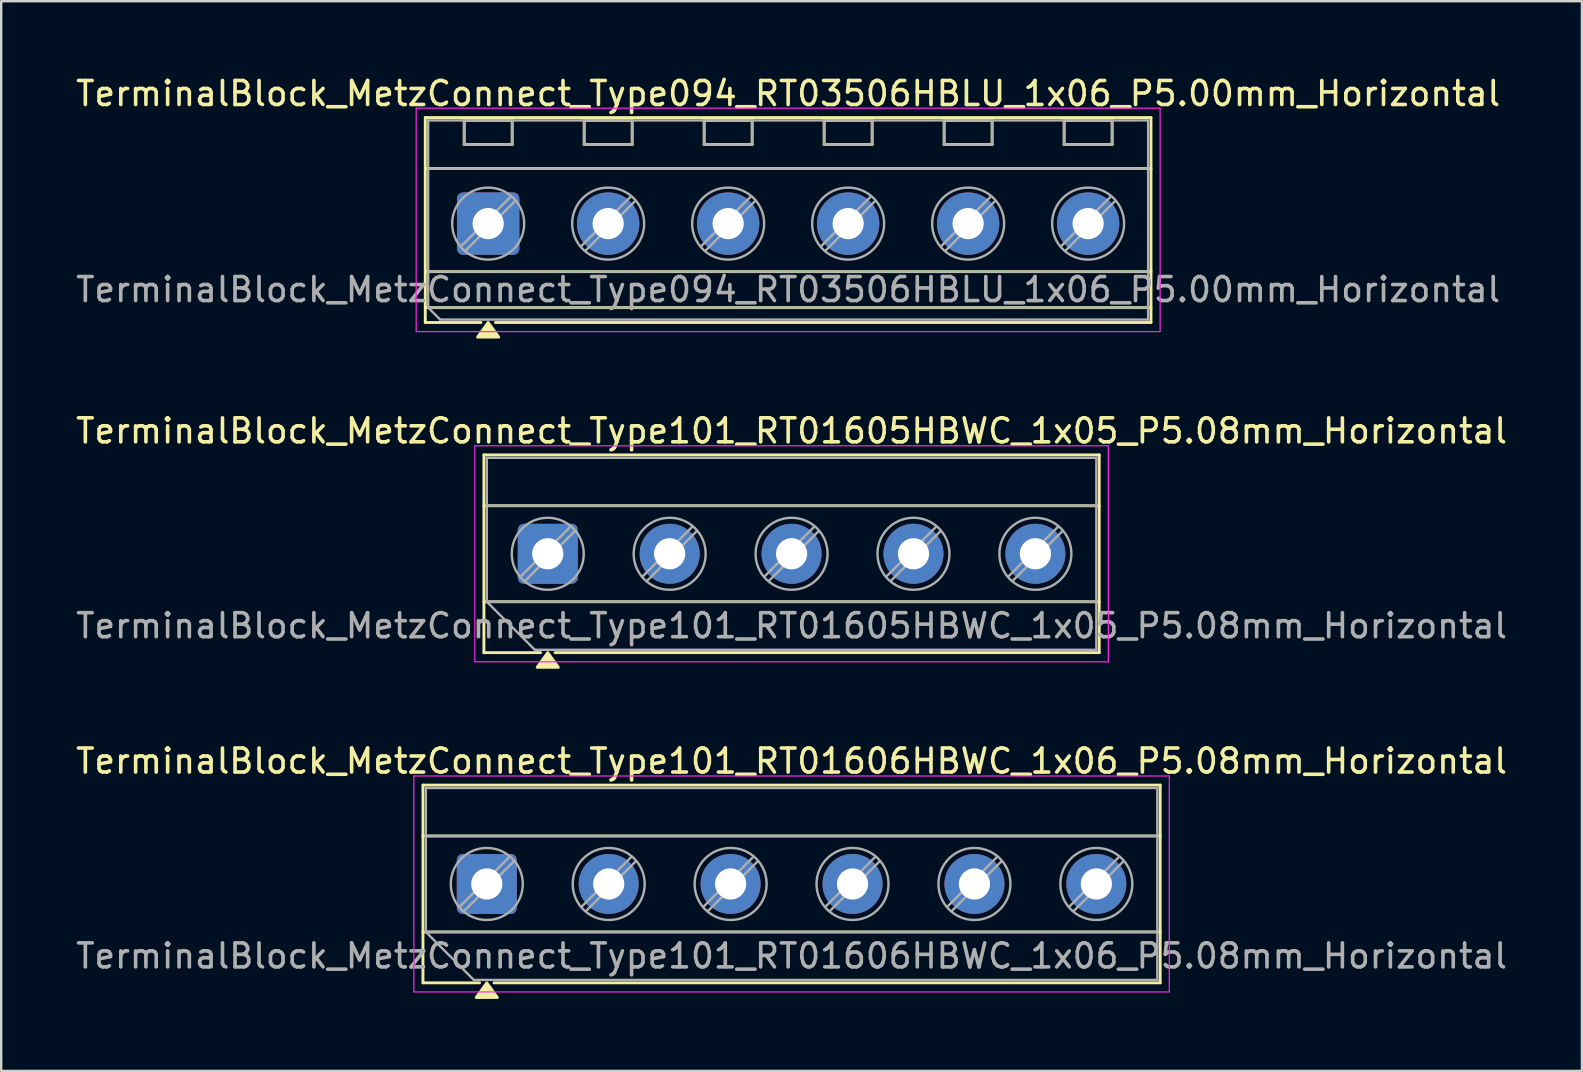
<source format=kicad_pcb>
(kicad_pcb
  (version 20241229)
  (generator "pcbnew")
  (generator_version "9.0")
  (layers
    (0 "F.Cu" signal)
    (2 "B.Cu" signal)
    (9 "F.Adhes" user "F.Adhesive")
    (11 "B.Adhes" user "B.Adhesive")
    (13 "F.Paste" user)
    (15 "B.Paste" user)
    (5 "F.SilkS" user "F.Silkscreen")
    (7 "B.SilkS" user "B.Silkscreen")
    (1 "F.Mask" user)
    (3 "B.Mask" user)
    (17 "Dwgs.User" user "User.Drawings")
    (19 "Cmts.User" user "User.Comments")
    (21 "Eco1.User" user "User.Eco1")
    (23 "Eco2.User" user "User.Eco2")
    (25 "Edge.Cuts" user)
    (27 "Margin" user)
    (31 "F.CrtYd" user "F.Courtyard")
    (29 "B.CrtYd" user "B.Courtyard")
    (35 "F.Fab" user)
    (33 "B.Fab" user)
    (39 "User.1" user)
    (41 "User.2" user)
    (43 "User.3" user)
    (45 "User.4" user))
  (footprint "TerminalBlock_MetzConnect_Type101_RT01605HBWC_1x05_P5.08mm_Horizontal"
    (layer "F.Cu")
    (at 19.775 20.026)
    (property "Reference" "TerminalBlock_MetzConnect_Type101_RT01605HBWC_1x05_P5.08mm_Horizontal" (at 10.16 -5.12 0) (layer "F.SilkS") (effects (font (size 1 1) (thickness 0.15))))
    (attr through_hole)
    (fp_line (start -2.66 -4.12) (end 22.98 -4.12) (stroke (width 0.12) (type solid)) (layer "F.SilkS"))
    (fp_line (start -2.66 -2) (end 22.98 -2) (stroke (width 0.12) (type solid)) (layer "F.SilkS"))
    (fp_line (start -2.66 2) (end 22.98 2) (stroke (width 0.12) (type solid)) (layer "F.SilkS"))
    (fp_line (start -2.66 4.12) (end -2.66 -4.12) (stroke (width 0.12) (type solid)) (layer "F.SilkS"))
    (fp_line (start -0.3 4.12) (end -2.66 4.12) (stroke (width 0.12) (type solid)) (layer "F.SilkS"))
    (fp_line (start 22.98 -4.12) (end 22.98 4.12) (stroke (width 0.12) (type solid)) (layer "F.SilkS"))
    (fp_line (start 22.98 4.12) (end 0.3 4.12) (stroke (width 0.12) (type solid)) (layer "F.SilkS"))
    (fp_poly (pts (xy 0 4.12) (xy 0.44 4.73) (xy -0.44 4.73)) (stroke (width 0.12) (type solid)) (fill yes) (layer "F.SilkS"))
    (fp_line (start -3.04 -4.5) (end -3.04 4.5) (stroke (width 0.05) (type solid)) (layer "F.CrtYd"))
    (fp_line (start -3.04 4.5) (end 23.36 4.5) (stroke (width 0.05) (type solid)) (layer "F.CrtYd"))
    (fp_line (start 23.36 -4.5) (end -3.04 -4.5) (stroke (width 0.05) (type solid)) (layer "F.CrtYd"))
    (fp_line (start 23.36 4.5) (end 23.36 -4.5) (stroke (width 0.05) (type solid)) (layer "F.CrtYd"))
    (fp_line (start -2.54 -4) (end 22.86 -4) (stroke (width 0.1) (type solid)) (layer "F.Fab"))
    (fp_line (start -2.54 -2) (end 22.86 -2) (stroke (width 0.1) (type solid)) (layer "F.Fab"))
    (fp_line (start -2.54 2) (end -2.54 -4) (stroke (width 0.1) (type solid)) (layer "F.Fab"))
    (fp_line (start -2.54 2) (end 22.86 2) (stroke (width 0.1) (type solid)) (layer "F.Fab"))
    (fp_line (start -0.54 4) (end -2.54 2) (stroke (width 0.1) (type solid)) (layer "F.Fab"))
    (fp_line (start 0.955 -1.138) (end -1.138 0.955) (stroke (width 0.1) (type solid)) (layer "F.Fab"))
    (fp_line (start 1.138 -0.955) (end -0.955 1.138) (stroke (width 0.1) (type solid)) (layer "F.Fab"))
    (fp_line (start 6.035 -1.138) (end 3.942 0.955) (stroke (width 0.1) (type solid)) (layer "F.Fab"))
    (fp_line (start 6.218 -0.955) (end 4.125 1.138) (stroke (width 0.1) (type solid)) (layer "F.Fab"))
    (fp_line (start 11.115 -1.138) (end 9.022 0.955) (stroke (width 0.1) (type solid)) (layer "F.Fab"))
    (fp_line (start 11.298 -0.955) (end 9.205 1.138) (stroke (width 0.1) (type solid)) (layer "F.Fab"))
    (fp_line (start 16.195 -1.138) (end 14.102 0.955) (stroke (width 0.1) (type solid)) (layer "F.Fab"))
    (fp_line (start 16.378 -0.955) (end 14.285 1.138) (stroke (width 0.1) (type solid)) (layer "F.Fab"))
    (fp_line (start 21.275 -1.138) (end 19.182 0.955) (stroke (width 0.1) (type solid)) (layer "F.Fab"))
    (fp_line (start 21.458 -0.955) (end 19.365 1.138) (stroke (width 0.1) (type solid)) (layer "F.Fab"))
    (fp_line (start 22.86 -4) (end 22.86 4) (stroke (width 0.1) (type solid)) (layer "F.Fab"))
    (fp_line (start 22.86 4) (end -0.54 4) (stroke (width 0.1) (type solid)) (layer "F.Fab"))
    (fp_circle (center 0 0) (end 1.5 0) (stroke (width 0.1) (type solid)) (fill no) (layer "F.Fab"))
    (fp_circle (center 5.08 0) (end 6.58 0) (stroke (width 0.1) (type solid)) (fill no) (layer "F.Fab"))
    (fp_circle (center 10.16 0) (end 11.66 0) (stroke (width 0.1) (type solid)) (fill no) (layer "F.Fab"))
    (fp_circle (center 15.24 0) (end 16.74 0) (stroke (width 0.1) (type solid)) (fill no) (layer "F.Fab"))
    (fp_circle (center 20.32 0) (end 21.82 0) (stroke (width 0.1) (type solid)) (fill no) (layer "F.Fab"))
    (fp_text user "${REFERENCE}" (at 10.16 3 0) (layer "F.Fab") (effects (font (size 1 1) (thickness 0.15))))
    (pad "1" thru_hole roundrect (at 0 0) (size 2.5 2.5) (drill 1.3) (layers "*.Cu" "*.Mask") (roundrect_rratio 0.1))
    (pad "2" thru_hole circle (at 5.08 0) (size 2.5 2.5) (drill 1.3) (layers "*.Cu" "*.Mask"))
    (pad "3" thru_hole circle (at 10.16 0) (size 2.5 2.5) (drill 1.3) (layers "*.Cu" "*.Mask"))
    (pad "4" thru_hole circle (at 15.24 0) (size 2.5 2.5) (drill 1.3) (layers "*.Cu" "*.Mask"))
    (pad "5" thru_hole circle (at 20.32 0) (size 2.5 2.5) (drill 1.3) (layers "*.Cu" "*.Mask")))
  (footprint "TerminalBlock_MetzConnect_Type094_RT03506HBLU_1x06_P5.00mm_Horizontal"
    (layer "F.Cu")
    (at 17.292 6.268)
    (property "Reference" "TerminalBlock_MetzConnect_Type094_RT03506HBLU_1x06_P5.00mm_Horizontal" (at 12.5 -5.42 0) (layer "F.SilkS") (effects (font (size 1 1) (thickness 0.15))))
    (attr through_hole)
    (fp_line (start -2.62 -4.42) (end 27.62 -4.42) (stroke (width 0.12) (type solid)) (layer "F.SilkS"))
    (fp_line (start -2.62 -2.3) (end 27.62 -2.3) (stroke (width 0.12) (type solid)) (layer "F.SilkS"))
    (fp_line (start -2.62 2) (end 27.62 2) (stroke (width 0.12) (type solid)) (layer "F.SilkS"))
    (fp_line (start -2.62 3.5) (end 27.62 3.5) (stroke (width 0.12) (type solid)) (layer "F.SilkS"))
    (fp_line (start -2.62 4.12) (end -2.62 -4.42) (stroke (width 0.12) (type solid)) (layer "F.SilkS"))
    (fp_line (start -1 -4.3) (end 1 -4.3) (stroke (width 0.12) (type solid)) (layer "F.SilkS"))
    (fp_line (start -1 -3.3) (end -1 -4.3) (stroke (width 0.12) (type solid)) (layer "F.SilkS"))
    (fp_line (start -0.3 4.12) (end -2.62 4.12) (stroke (width 0.12) (type solid)) (layer "F.SilkS"))
    (fp_line (start 1 -4.3) (end 1 -3.3) (stroke (width 0.12) (type solid)) (layer "F.SilkS"))
    (fp_line (start 1 -3.3) (end -1 -3.3) (stroke (width 0.12) (type solid)) (layer "F.SilkS"))
    (fp_line (start 4 -4.3) (end 6 -4.3) (stroke (width 0.12) (type solid)) (layer "F.SilkS"))
    (fp_line (start 4 -3.3) (end 4 -4.3) (stroke (width 0.12) (type solid)) (layer "F.SilkS"))
    (fp_line (start 6 -4.3) (end 6 -3.3) (stroke (width 0.12) (type solid)) (layer "F.SilkS"))
    (fp_line (start 6 -3.3) (end 4 -3.3) (stroke (width 0.12) (type solid)) (layer "F.SilkS"))
    (fp_line (start 9 -4.3) (end 11 -4.3) (stroke (width 0.12) (type solid)) (layer "F.SilkS"))
    (fp_line (start 9 -3.3) (end 9 -4.3) (stroke (width 0.12) (type solid)) (layer "F.SilkS"))
    (fp_line (start 11 -4.3) (end 11 -3.3) (stroke (width 0.12) (type solid)) (layer "F.SilkS"))
    (fp_line (start 11 -3.3) (end 9 -3.3) (stroke (width 0.12) (type solid)) (layer "F.SilkS"))
    (fp_line (start 14 -4.3) (end 16 -4.3) (stroke (width 0.12) (type solid)) (layer "F.SilkS"))
    (fp_line (start 14 -3.3) (end 14 -4.3) (stroke (width 0.12) (type solid)) (layer "F.SilkS"))
    (fp_line (start 16 -4.3) (end 16 -3.3) (stroke (width 0.12) (type solid)) (layer "F.SilkS"))
    (fp_line (start 16 -3.3) (end 14 -3.3) (stroke (width 0.12) (type solid)) (layer "F.SilkS"))
    (fp_line (start 19 -4.3) (end 21 -4.3) (stroke (width 0.12) (type solid)) (layer "F.SilkS"))
    (fp_line (start 19 -3.3) (end 19 -4.3) (stroke (width 0.12) (type solid)) (layer "F.SilkS"))
    (fp_line (start 21 -4.3) (end 21 -3.3) (stroke (width 0.12) (type solid)) (layer "F.SilkS"))
    (fp_line (start 21 -3.3) (end 19 -3.3) (stroke (width 0.12) (type solid)) (layer "F.SilkS"))
    (fp_line (start 24 -4.3) (end 26 -4.3) (stroke (width 0.12) (type solid)) (layer "F.SilkS"))
    (fp_line (start 24 -3.3) (end 24 -4.3) (stroke (width 0.12) (type solid)) (layer "F.SilkS"))
    (fp_line (start 26 -4.3) (end 26 -3.3) (stroke (width 0.12) (type solid)) (layer "F.SilkS"))
    (fp_line (start 26 -3.3) (end 24 -3.3) (stroke (width 0.12) (type solid)) (layer "F.SilkS"))
    (fp_line (start 27.62 -4.42) (end 27.62 4.12) (stroke (width 0.12) (type solid)) (layer "F.SilkS"))
    (fp_line (start 27.62 4.12) (end 0.3 4.12) (stroke (width 0.12) (type solid)) (layer "F.SilkS"))
    (fp_poly (pts (xy 0 4.12) (xy 0.44 4.73) (xy -0.44 4.73)) (stroke (width 0.12) (type solid)) (fill yes) (layer "F.SilkS"))
    (fp_line (start -3 -4.81) (end -3 4.5) (stroke (width 0.05) (type solid)) (layer "F.CrtYd"))
    (fp_line (start -3 4.5) (end 28 4.5) (stroke (width 0.05) (type solid)) (layer "F.CrtYd"))
    (fp_line (start 28 -4.81) (end -3 -4.81) (stroke (width 0.05) (type solid)) (layer "F.CrtYd"))
    (fp_line (start 28 4.5) (end 28 -4.81) (stroke (width 0.05) (type solid)) (layer "F.CrtYd"))
    (fp_line (start -2.5 -4.3) (end 27.5 -4.3) (stroke (width 0.1) (type solid)) (layer "F.Fab"))
    (fp_line (start -2.5 -2.3) (end 27.5 -2.3) (stroke (width 0.1) (type solid)) (layer "F.Fab"))
    (fp_line (start -2.5 2) (end 27.5 2) (stroke (width 0.1) (type solid)) (layer "F.Fab"))
    (fp_line (start -2.5 3.5) (end -2.5 -4.3) (stroke (width 0.1) (type solid)) (layer "F.Fab"))
    (fp_line (start -2.5 3.5) (end 27.5 3.5) (stroke (width 0.1) (type solid)) (layer "F.Fab"))
    (fp_line (start -2 4) (end -2.5 3.5) (stroke (width 0.1) (type solid)) (layer "F.Fab"))
    (fp_line (start -1 -4.3) (end -1 -3.3) (stroke (width 0.1) (type solid)) (layer "F.Fab"))
    (fp_line (start -1 -3.3) (end 1 -3.3) (stroke (width 0.1) (type solid)) (layer "F.Fab"))
    (fp_line (start 0.955 -1.138) (end -1.138 0.955) (stroke (width 0.1) (type solid)) (layer "F.Fab"))
    (fp_line (start 1 -4.3) (end -1 -4.3) (stroke (width 0.1) (type solid)) (layer "F.Fab"))
    (fp_line (start 1 -3.3) (end 1 -4.3) (stroke (width 0.1) (type solid)) (layer "F.Fab"))
    (fp_line (start 1.138 -0.955) (end -0.955 1.138) (stroke (width 0.1) (type solid)) (layer "F.Fab"))
    (fp_line (start 4 -4.3) (end 4 -3.3) (stroke (width 0.1) (type solid)) (layer "F.Fab"))
    (fp_line (start 4 -3.3) (end 6 -3.3) (stroke (width 0.1) (type solid)) (layer "F.Fab"))
    (fp_line (start 5.955 -1.138) (end 3.862 0.955) (stroke (width 0.1) (type solid)) (layer "F.Fab"))
    (fp_line (start 6 -4.3) (end 4 -4.3) (stroke (width 0.1) (type solid)) (layer "F.Fab"))
    (fp_line (start 6 -3.3) (end 6 -4.3) (stroke (width 0.1) (type solid)) (layer "F.Fab"))
    (fp_line (start 6.138 -0.955) (end 4.045 1.138) (stroke (width 0.1) (type solid)) (layer "F.Fab"))
    (fp_line (start 9 -4.3) (end 9 -3.3) (stroke (width 0.1) (type solid)) (layer "F.Fab"))
    (fp_line (start 9 -3.3) (end 11 -3.3) (stroke (width 0.1) (type solid)) (layer "F.Fab"))
    (fp_line (start 10.955 -1.138) (end 8.862 0.955) (stroke (width 0.1) (type solid)) (layer "F.Fab"))
    (fp_line (start 11 -4.3) (end 9 -4.3) (stroke (width 0.1) (type solid)) (layer "F.Fab"))
    (fp_line (start 11 -3.3) (end 11 -4.3) (stroke (width 0.1) (type solid)) (layer "F.Fab"))
    (fp_line (start 11.138 -0.955) (end 9.045 1.138) (stroke (width 0.1) (type solid)) (layer "F.Fab"))
    (fp_line (start 14 -4.3) (end 14 -3.3) (stroke (width 0.1) (type solid)) (layer "F.Fab"))
    (fp_line (start 14 -3.3) (end 16 -3.3) (stroke (width 0.1) (type solid)) (layer "F.Fab"))
    (fp_line (start 15.955 -1.138) (end 13.862 0.955) (stroke (width 0.1) (type solid)) (layer "F.Fab"))
    (fp_line (start 16 -4.3) (end 14 -4.3) (stroke (width 0.1) (type solid)) (layer "F.Fab"))
    (fp_line (start 16 -3.3) (end 16 -4.3) (stroke (width 0.1) (type solid)) (layer "F.Fab"))
    (fp_line (start 16.138 -0.955) (end 14.045 1.138) (stroke (width 0.1) (type solid)) (layer "F.Fab"))
    (fp_line (start 19 -4.3) (end 19 -3.3) (stroke (width 0.1) (type solid)) (layer "F.Fab"))
    (fp_line (start 19 -3.3) (end 21 -3.3) (stroke (width 0.1) (type solid)) (layer "F.Fab"))
    (fp_line (start 20.955 -1.138) (end 18.862 0.955) (stroke (width 0.1) (type solid)) (layer "F.Fab"))
    (fp_line (start 21 -4.3) (end 19 -4.3) (stroke (width 0.1) (type solid)) (layer "F.Fab"))
    (fp_line (start 21 -3.3) (end 21 -4.3) (stroke (width 0.1) (type solid)) (layer "F.Fab"))
    (fp_line (start 21.138 -0.955) (end 19.045 1.138) (stroke (width 0.1) (type solid)) (layer "F.Fab"))
    (fp_line (start 24 -4.3) (end 24 -3.3) (stroke (width 0.1) (type solid)) (layer "F.Fab"))
    (fp_line (start 24 -3.3) (end 26 -3.3) (stroke (width 0.1) (type solid)) (layer "F.Fab"))
    (fp_line (start 25.955 -1.138) (end 23.862 0.955) (stroke (width 0.1) (type solid)) (layer "F.Fab"))
    (fp_line (start 26 -4.3) (end 24 -4.3) (stroke (width 0.1) (type solid)) (layer "F.Fab"))
    (fp_line (start 26 -3.3) (end 26 -4.3) (stroke (width 0.1) (type solid)) (layer "F.Fab"))
    (fp_line (start 26.138 -0.955) (end 24.045 1.138) (stroke (width 0.1) (type solid)) (layer "F.Fab"))
    (fp_line (start 27.5 -4.3) (end 27.5 4) (stroke (width 0.1) (type solid)) (layer "F.Fab"))
    (fp_line (start 27.5 4) (end -2 4) (stroke (width 0.1) (type solid)) (layer "F.Fab"))
    (fp_circle (center 0 0) (end 1.5 0) (stroke (width 0.1) (type solid)) (fill no) (layer "F.Fab"))
    (fp_circle (center 5 0) (end 6.5 0) (stroke (width 0.1) (type solid)) (fill no) (layer "F.Fab"))
    (fp_circle (center 10 0) (end 11.5 0) (stroke (width 0.1) (type solid)) (fill no) (layer "F.Fab"))
    (fp_circle (center 15 0) (end 16.5 0) (stroke (width 0.1) (type solid)) (fill no) (layer "F.Fab"))
    (fp_circle (center 20 0) (end 21.5 0) (stroke (width 0.1) (type solid)) (fill no) (layer "F.Fab"))
    (fp_circle (center 25 0) (end 26.5 0) (stroke (width 0.1) (type solid)) (fill no) (layer "F.Fab"))
    (fp_text user "${REFERENCE}" (at 12.5 2.75 0) (layer "F.Fab") (effects (font (size 1 1) (thickness 0.15))))
    (pad "1" thru_hole roundrect (at 0 0) (size 2.6 2.6) (drill 1.3) (layers "*.Cu" "*.Mask") (roundrect_rratio 0.096))
    (pad "2" thru_hole circle (at 5 0) (size 2.6 2.6) (drill 1.3) (layers "*.Cu" "*.Mask"))
    (pad "3" thru_hole circle (at 10 0) (size 2.6 2.6) (drill 1.3) (layers "*.Cu" "*.Mask"))
    (pad "4" thru_hole circle (at 15 0) (size 2.6 2.6) (drill 1.3) (layers "*.Cu" "*.Mask"))
    (pad "5" thru_hole circle (at 20 0) (size 2.6 2.6) (drill 1.3) (layers "*.Cu" "*.Mask"))
    (pad "6" thru_hole circle (at 25 0) (size 2.6 2.6) (drill 1.3) (layers "*.Cu" "*.Mask")))
  (footprint "TerminalBlock_MetzConnect_Type101_RT01606HBWC_1x06_P5.08mm_Horizontal"
    (layer "F.Cu")
    (at 17.235 33.785)
    (property "Reference" "TerminalBlock_MetzConnect_Type101_RT01606HBWC_1x06_P5.08mm_Horizontal" (at 12.7 -5.12 0) (layer "F.SilkS") (effects (font (size 1 1) (thickness 0.15))))
    (attr through_hole)
    (fp_line (start -2.66 -4.12) (end 28.06 -4.12) (stroke (width 0.12) (type solid)) (layer "F.SilkS"))
    (fp_line (start -2.66 -2) (end 28.06 -2) (stroke (width 0.12) (type solid)) (layer "F.SilkS"))
    (fp_line (start -2.66 2) (end 28.06 2) (stroke (width 0.12) (type solid)) (layer "F.SilkS"))
    (fp_line (start -2.66 4.12) (end -2.66 -4.12) (stroke (width 0.12) (type solid)) (layer "F.SilkS"))
    (fp_line (start -0.3 4.12) (end -2.66 4.12) (stroke (width 0.12) (type solid)) (layer "F.SilkS"))
    (fp_line (start 28.06 -4.12) (end 28.06 4.12) (stroke (width 0.12) (type solid)) (layer "F.SilkS"))
    (fp_line (start 28.06 4.12) (end 0.3 4.12) (stroke (width 0.12) (type solid)) (layer "F.SilkS"))
    (fp_poly (pts (xy 0 4.12) (xy 0.44 4.73) (xy -0.44 4.73)) (stroke (width 0.12) (type solid)) (fill yes) (layer "F.SilkS"))
    (fp_line (start -3.04 -4.5) (end -3.04 4.5) (stroke (width 0.05) (type solid)) (layer "F.CrtYd"))
    (fp_line (start -3.04 4.5) (end 28.44 4.5) (stroke (width 0.05) (type solid)) (layer "F.CrtYd"))
    (fp_line (start 28.44 -4.5) (end -3.04 -4.5) (stroke (width 0.05) (type solid)) (layer "F.CrtYd"))
    (fp_line (start 28.44 4.5) (end 28.44 -4.5) (stroke (width 0.05) (type solid)) (layer "F.CrtYd"))
    (fp_line (start -2.54 -4) (end 27.94 -4) (stroke (width 0.1) (type solid)) (layer "F.Fab"))
    (fp_line (start -2.54 -2) (end 27.94 -2) (stroke (width 0.1) (type solid)) (layer "F.Fab"))
    (fp_line (start -2.54 2) (end -2.54 -4) (stroke (width 0.1) (type solid)) (layer "F.Fab"))
    (fp_line (start -2.54 2) (end 27.94 2) (stroke (width 0.1) (type solid)) (layer "F.Fab"))
    (fp_line (start -0.54 4) (end -2.54 2) (stroke (width 0.1) (type solid)) (layer "F.Fab"))
    (fp_line (start 0.955 -1.138) (end -1.138 0.955) (stroke (width 0.1) (type solid)) (layer "F.Fab"))
    (fp_line (start 1.138 -0.955) (end -0.955 1.138) (stroke (width 0.1) (type solid)) (layer "F.Fab"))
    (fp_line (start 6.035 -1.138) (end 3.942 0.955) (stroke (width 0.1) (type solid)) (layer "F.Fab"))
    (fp_line (start 6.218 -0.955) (end 4.125 1.138) (stroke (width 0.1) (type solid)) (layer "F.Fab"))
    (fp_line (start 11.115 -1.138) (end 9.022 0.955) (stroke (width 0.1) (type solid)) (layer "F.Fab"))
    (fp_line (start 11.298 -0.955) (end 9.205 1.138) (stroke (width 0.1) (type solid)) (layer "F.Fab"))
    (fp_line (start 16.195 -1.138) (end 14.102 0.955) (stroke (width 0.1) (type solid)) (layer "F.Fab"))
    (fp_line (start 16.378 -0.955) (end 14.285 1.138) (stroke (width 0.1) (type solid)) (layer "F.Fab"))
    (fp_line (start 21.275 -1.138) (end 19.182 0.955) (stroke (width 0.1) (type solid)) (layer "F.Fab"))
    (fp_line (start 21.458 -0.955) (end 19.365 1.138) (stroke (width 0.1) (type solid)) (layer "F.Fab"))
    (fp_line (start 26.355 -1.138) (end 24.262 0.955) (stroke (width 0.1) (type solid)) (layer "F.Fab"))
    (fp_line (start 26.538 -0.955) (end 24.445 1.138) (stroke (width 0.1) (type solid)) (layer "F.Fab"))
    (fp_line (start 27.94 -4) (end 27.94 4) (stroke (width 0.1) (type solid)) (layer "F.Fab"))
    (fp_line (start 27.94 4) (end -0.54 4) (stroke (width 0.1) (type solid)) (layer "F.Fab"))
    (fp_circle (center 0 0) (end 1.5 0) (stroke (width 0.1) (type solid)) (fill no) (layer "F.Fab"))
    (fp_circle (center 5.08 0) (end 6.58 0) (stroke (width 0.1) (type solid)) (fill no) (layer "F.Fab"))
    (fp_circle (center 10.16 0) (end 11.66 0) (stroke (width 0.1) (type solid)) (fill no) (layer "F.Fab"))
    (fp_circle (center 15.24 0) (end 16.74 0) (stroke (width 0.1) (type solid)) (fill no) (layer "F.Fab"))
    (fp_circle (center 20.32 0) (end 21.82 0) (stroke (width 0.1) (type solid)) (fill no) (layer "F.Fab"))
    (fp_circle (center 25.4 0) (end 26.9 0) (stroke (width 0.1) (type solid)) (fill no) (layer "F.Fab"))
    (fp_text user "${REFERENCE}" (at 12.7 3 0) (layer "F.Fab") (effects (font (size 1 1) (thickness 0.15))))
    (pad "1" thru_hole roundrect (at 0 0) (size 2.5 2.5) (drill 1.3) (layers "*.Cu" "*.Mask") (roundrect_rratio 0.1))
    (pad "2" thru_hole circle (at 5.08 0) (size 2.5 2.5) (drill 1.3) (layers "*.Cu" "*.Mask"))
    (pad "3" thru_hole circle (at 10.16 0) (size 2.5 2.5) (drill 1.3) (layers "*.Cu" "*.Mask"))
    (pad "4" thru_hole circle (at 15.24 0) (size 2.5 2.5) (drill 1.3) (layers "*.Cu" "*.Mask"))
    (pad "5" thru_hole circle (at 20.32 0) (size 2.5 2.5) (drill 1.3) (layers "*.Cu" "*.Mask"))
    (pad "6" thru_hole circle (at 25.4 0) (size 2.5 2.5) (drill 1.3) (layers "*.Cu" "*.Mask")))
  (gr_rect
    (start -3 -3)
    (end 62.869 41.575)
    (stroke (width 0.1) (type default))
    (fill no)
    (layer "Edge.Cuts")))
</source>
